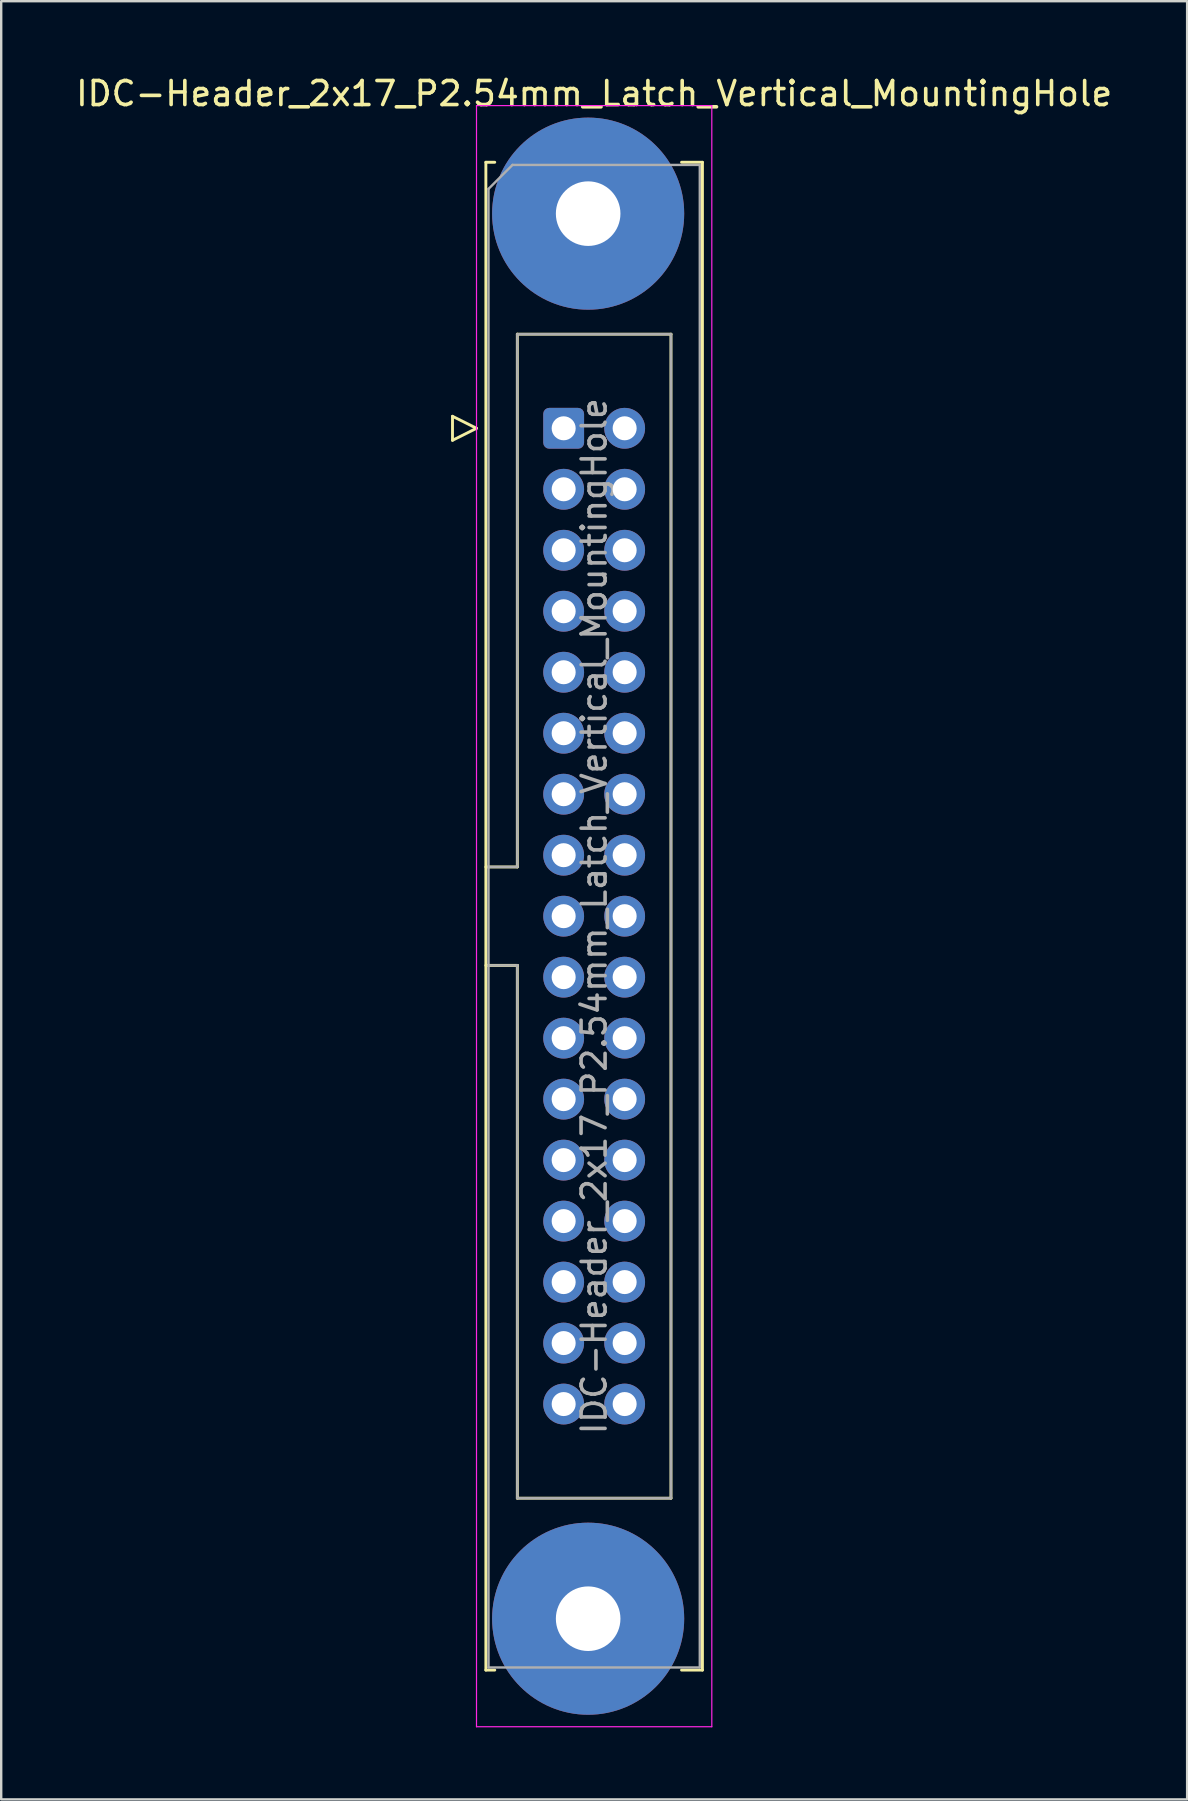
<source format=kicad_pcb>
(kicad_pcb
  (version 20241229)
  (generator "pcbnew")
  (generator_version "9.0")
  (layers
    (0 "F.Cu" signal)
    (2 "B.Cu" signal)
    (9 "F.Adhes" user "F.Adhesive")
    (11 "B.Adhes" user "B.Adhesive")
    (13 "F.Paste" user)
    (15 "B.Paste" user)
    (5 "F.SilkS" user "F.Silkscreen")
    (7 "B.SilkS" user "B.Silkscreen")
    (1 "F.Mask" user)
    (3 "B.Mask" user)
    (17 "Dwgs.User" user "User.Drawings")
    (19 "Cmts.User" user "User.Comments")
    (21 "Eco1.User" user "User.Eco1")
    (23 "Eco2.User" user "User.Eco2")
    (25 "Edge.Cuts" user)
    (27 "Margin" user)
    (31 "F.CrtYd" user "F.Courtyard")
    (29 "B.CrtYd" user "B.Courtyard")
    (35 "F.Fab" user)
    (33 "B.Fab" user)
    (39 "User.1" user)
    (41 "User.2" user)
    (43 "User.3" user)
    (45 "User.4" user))
  (footprint "IDC-Header_2x17_P2.54mm_Latch_Vertical_MountingHole"
    (layer "F.Cu")
    (at 20.426 14.788)
    (property "Reference" "IDC-Header_2x17_P2.54mm_Latch_Vertical_MountingHole" (at 1.27 -13.94 0) (layer "F.SilkS") (effects (font (size 1 1) (thickness 0.15))))
    (attr through_hole)
    (fp_line (start -4.63 -0.5) (end -4.63 0.5) (stroke (width 0.12) (type solid)) (layer "F.SilkS"))
    (fp_line (start -4.63 0.5) (end -3.63 0) (stroke (width 0.12) (type solid)) (layer "F.SilkS"))
    (fp_line (start -3.63 0) (end -4.63 -0.5) (stroke (width 0.12) (type solid)) (layer "F.SilkS"))
    (fp_line (start -3.24 -11.08) (end -3.24 51.72) (stroke (width 0.12) (type solid)) (layer "F.SilkS"))
    (fp_line (start -3.24 18.27) (end -1.93 18.27) (stroke (width 0.12) (type solid)) (layer "F.SilkS"))
    (fp_line (start -3.24 51.72) (end -2.87 51.72) (stroke (width 0.12) (type solid)) (layer "F.SilkS"))
    (fp_line (start -2.87 -11.08) (end -3.24 -11.08) (stroke (width 0.12) (type solid)) (layer "F.SilkS"))
    (fp_line (start -1.93 -3.92) (end 4.47 -3.92) (stroke (width 0.12) (type solid)) (layer "F.SilkS"))
    (fp_line (start -1.93 18.27) (end -1.93 -3.92) (stroke (width 0.12) (type solid)) (layer "F.SilkS"))
    (fp_line (start -1.93 22.37) (end -3.24 22.37) (stroke (width 0.12) (type solid)) (layer "F.SilkS"))
    (fp_line (start -1.93 22.37) (end -1.93 22.37) (stroke (width 0.12) (type solid)) (layer "F.SilkS"))
    (fp_line (start -1.93 44.56) (end -1.93 22.37) (stroke (width 0.12) (type solid)) (layer "F.SilkS"))
    (fp_line (start 4.47 -3.92) (end 4.47 44.56) (stroke (width 0.12) (type solid)) (layer "F.SilkS"))
    (fp_line (start 4.47 44.56) (end -1.93 44.56) (stroke (width 0.12) (type solid)) (layer "F.SilkS"))
    (fp_line (start 4.91 -11.08) (end 5.78 -11.08) (stroke (width 0.12) (type solid)) (layer "F.SilkS"))
    (fp_line (start 5.78 -11.08) (end 5.78 51.72) (stroke (width 0.12) (type solid)) (layer "F.SilkS"))
    (fp_line (start 5.78 51.72) (end 4.91 51.72) (stroke (width 0.12) (type solid)) (layer "F.SilkS"))
    (fp_line (start -3.63 -13.44) (end -3.63 54.08) (stroke (width 0.05) (type solid)) (layer "F.CrtYd"))
    (fp_line (start -3.63 54.08) (end 6.17 54.08) (stroke (width 0.05) (type solid)) (layer "F.CrtYd"))
    (fp_line (start 6.17 -13.44) (end -3.63 -13.44) (stroke (width 0.05) (type solid)) (layer "F.CrtYd"))
    (fp_line (start 6.17 54.08) (end 6.17 -13.44) (stroke (width 0.05) (type solid)) (layer "F.CrtYd"))
    (fp_line (start -3.13 -9.97) (end -2.13 -10.97) (stroke (width 0.1) (type solid)) (layer "F.Fab"))
    (fp_line (start -3.13 18.27) (end -1.93 18.27) (stroke (width 0.1) (type solid)) (layer "F.Fab"))
    (fp_line (start -3.13 51.61) (end -3.13 -9.97) (stroke (width 0.1) (type solid)) (layer "F.Fab"))
    (fp_line (start -2.13 -10.97) (end 5.67 -10.97) (stroke (width 0.1) (type solid)) (layer "F.Fab"))
    (fp_line (start -1.93 -3.92) (end 4.47 -3.92) (stroke (width 0.1) (type solid)) (layer "F.Fab"))
    (fp_line (start -1.93 18.27) (end -1.93 -3.92) (stroke (width 0.1) (type solid)) (layer "F.Fab"))
    (fp_line (start -1.93 22.37) (end -3.13 22.37) (stroke (width 0.1) (type solid)) (layer "F.Fab"))
    (fp_line (start -1.93 22.37) (end -1.93 22.37) (stroke (width 0.1) (type solid)) (layer "F.Fab"))
    (fp_line (start -1.93 44.56) (end -1.93 22.37) (stroke (width 0.1) (type solid)) (layer "F.Fab"))
    (fp_line (start 4.47 -3.92) (end 4.47 44.56) (stroke (width 0.1) (type solid)) (layer "F.Fab"))
    (fp_line (start 4.47 44.56) (end -1.93 44.56) (stroke (width 0.1) (type solid)) (layer "F.Fab"))
    (fp_line (start 5.67 -10.97) (end 5.67 51.61) (stroke (width 0.1) (type solid)) (layer "F.Fab"))
    (fp_line (start 5.67 51.61) (end -3.13 51.61) (stroke (width 0.1) (type solid)) (layer "F.Fab"))
    (fp_text user "${REFERENCE}" (at 1.27 20.32 90) (layer "F.Fab") (effects (font (size 1 1) (thickness 0.15))))
    (pad "" thru_hole circle (at 1.02 -8.94) (size 8 8) (drill 2.69) (layers "*.Cu" "*.Mask"))
    (pad "" thru_hole circle (at 1.02 49.58) (size 8 8) (drill 2.69) (layers "*.Cu" "*.Mask"))
    (pad "1" thru_hole roundrect (at 0 0) (size 1.7 1.7) (drill 1) (layers "*.Cu" "*.Mask") (roundrect_rratio 0.147))
    (pad "2" thru_hole circle (at 2.54 0) (size 1.7 1.7) (drill 1) (layers "*.Cu" "*.Mask"))
    (pad "3" thru_hole circle (at 0 2.54) (size 1.7 1.7) (drill 1) (layers "*.Cu" "*.Mask"))
    (pad "4" thru_hole circle (at 2.54 2.54) (size 1.7 1.7) (drill 1) (layers "*.Cu" "*.Mask"))
    (pad "5" thru_hole circle (at 0 5.08) (size 1.7 1.7) (drill 1) (layers "*.Cu" "*.Mask"))
    (pad "6" thru_hole circle (at 2.54 5.08) (size 1.7 1.7) (drill 1) (layers "*.Cu" "*.Mask"))
    (pad "7" thru_hole circle (at 0 7.62) (size 1.7 1.7) (drill 1) (layers "*.Cu" "*.Mask"))
    (pad "8" thru_hole circle (at 2.54 7.62) (size 1.7 1.7) (drill 1) (layers "*.Cu" "*.Mask"))
    (pad "9" thru_hole circle (at 0 10.16) (size 1.7 1.7) (drill 1) (layers "*.Cu" "*.Mask"))
    (pad "10" thru_hole circle (at 2.54 10.16) (size 1.7 1.7) (drill 1) (layers "*.Cu" "*.Mask"))
    (pad "11" thru_hole circle (at 0 12.7) (size 1.7 1.7) (drill 1) (layers "*.Cu" "*.Mask"))
    (pad "12" thru_hole circle (at 2.54 12.7) (size 1.7 1.7) (drill 1) (layers "*.Cu" "*.Mask"))
    (pad "13" thru_hole circle (at 0 15.24) (size 1.7 1.7) (drill 1) (layers "*.Cu" "*.Mask"))
    (pad "14" thru_hole circle (at 2.54 15.24) (size 1.7 1.7) (drill 1) (layers "*.Cu" "*.Mask"))
    (pad "15" thru_hole circle (at 0 17.78) (size 1.7 1.7) (drill 1) (layers "*.Cu" "*.Mask"))
    (pad "16" thru_hole circle (at 2.54 17.78) (size 1.7 1.7) (drill 1) (layers "*.Cu" "*.Mask"))
    (pad "17" thru_hole circle (at 0 20.32) (size 1.7 1.7) (drill 1) (layers "*.Cu" "*.Mask"))
    (pad "18" thru_hole circle (at 2.54 20.32) (size 1.7 1.7) (drill 1) (layers "*.Cu" "*.Mask"))
    (pad "19" thru_hole circle (at 0 22.86) (size 1.7 1.7) (drill 1) (layers "*.Cu" "*.Mask"))
    (pad "20" thru_hole circle (at 2.54 22.86) (size 1.7 1.7) (drill 1) (layers "*.Cu" "*.Mask"))
    (pad "21" thru_hole circle (at 0 25.4) (size 1.7 1.7) (drill 1) (layers "*.Cu" "*.Mask"))
    (pad "22" thru_hole circle (at 2.54 25.4) (size 1.7 1.7) (drill 1) (layers "*.Cu" "*.Mask"))
    (pad "23" thru_hole circle (at 0 27.94) (size 1.7 1.7) (drill 1) (layers "*.Cu" "*.Mask"))
    (pad "24" thru_hole circle (at 2.54 27.94) (size 1.7 1.7) (drill 1) (layers "*.Cu" "*.Mask"))
    (pad "25" thru_hole circle (at 0 30.48) (size 1.7 1.7) (drill 1) (layers "*.Cu" "*.Mask"))
    (pad "26" thru_hole circle (at 2.54 30.48) (size 1.7 1.7) (drill 1) (layers "*.Cu" "*.Mask"))
    (pad "27" thru_hole circle (at 0 33.02) (size 1.7 1.7) (drill 1) (layers "*.Cu" "*.Mask"))
    (pad "28" thru_hole circle (at 2.54 33.02) (size 1.7 1.7) (drill 1) (layers "*.Cu" "*.Mask"))
    (pad "29" thru_hole circle (at 0 35.56) (size 1.7 1.7) (drill 1) (layers "*.Cu" "*.Mask"))
    (pad "30" thru_hole circle (at 2.54 35.56) (size 1.7 1.7) (drill 1) (layers "*.Cu" "*.Mask"))
    (pad "31" thru_hole circle (at 0 38.1) (size 1.7 1.7) (drill 1) (layers "*.Cu" "*.Mask"))
    (pad "32" thru_hole circle (at 2.54 38.1) (size 1.7 1.7) (drill 1) (layers "*.Cu" "*.Mask"))
    (pad "33" thru_hole circle (at 0 40.64) (size 1.7 1.7) (drill 1) (layers "*.Cu" "*.Mask"))
    (pad "34" thru_hole circle (at 2.54 40.64) (size 1.7 1.7) (drill 1) (layers "*.Cu" "*.Mask")))
  (gr_rect
    (start -3 -3)
    (end 46.393 71.893)
    (stroke (width 0.1) (type default))
    (fill no)
    (layer "Edge.Cuts")))
</source>
